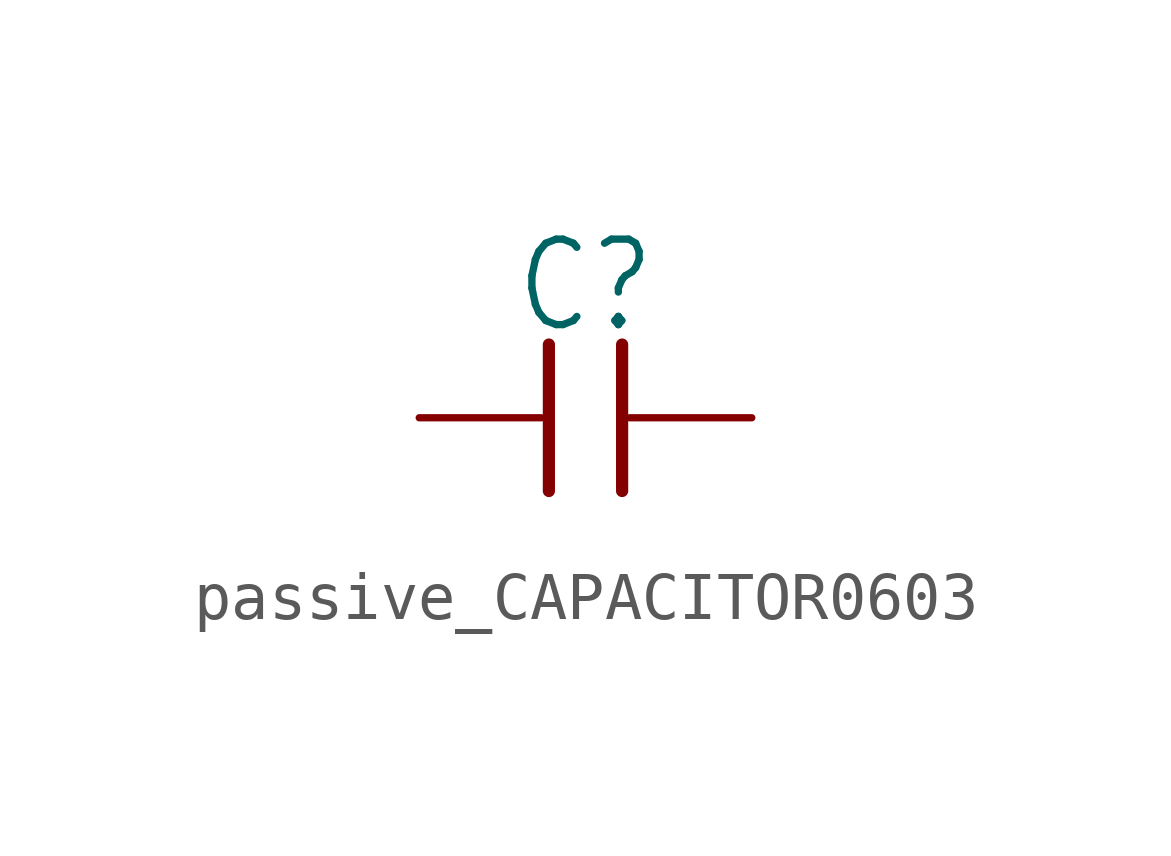
<source format=kicad_sym>
(kicad_symbol_lib
  (version 20241209)
  (generator "kicad_symbol_editor")
  (generator_version "9.0")
  (symbol "passive_CAPACITOR0603"
    (property "Reference" "C"
      (at 0 1.714 0)
      (effects (font (size 1.778 1.511)) (justify bottom)))
    (property "Value" ""
      (at 0 -1.714 0)
      (effects (font (size 1.778 1.511)) (justify top)))
    (property "ki_locked" ""
      (at 0 0 0)
      (effects (font (size 1.27 1.27))))
    (symbol "passive_CAPACITOR0603_1_0"
      (polyline (pts (xy -0.762 1.524) (xy -0.762 -1.524)) (stroke (width 0.254) (type solid)) (fill (type none)))
      (polyline (pts (xy 0.762 -1.524) (xy 0.762 1.524)) (stroke (width 0.254) (type solid)) (fill (type none)))
      (pin bidirectional line (at -3.46 0 0) (length 2.54) (name "P$1" (effects (font (size 0 0)))) (number "1" (effects (font (size 0 0)))))
      (pin bidirectional line (at 3.46 0 180) (length 2.54) (name "P$2" (effects (font (size 0 0)))) (number "2" (effects (font (size 0 0))))))))
</source>
